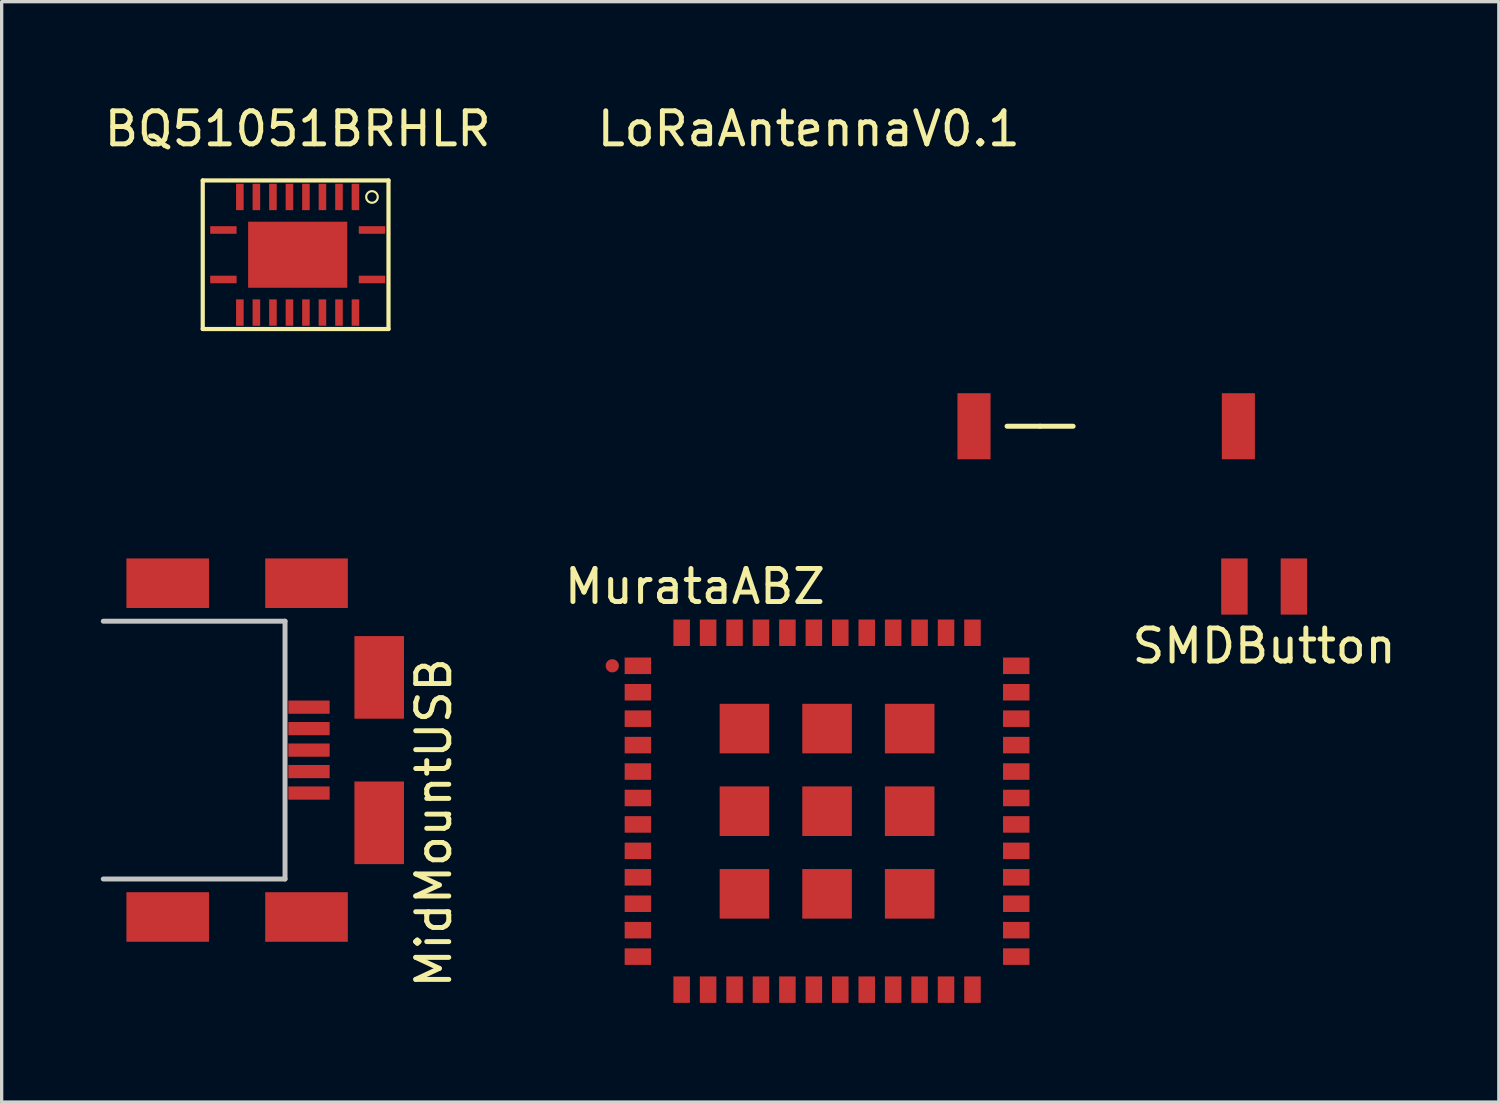
<source format=kicad_pcb>
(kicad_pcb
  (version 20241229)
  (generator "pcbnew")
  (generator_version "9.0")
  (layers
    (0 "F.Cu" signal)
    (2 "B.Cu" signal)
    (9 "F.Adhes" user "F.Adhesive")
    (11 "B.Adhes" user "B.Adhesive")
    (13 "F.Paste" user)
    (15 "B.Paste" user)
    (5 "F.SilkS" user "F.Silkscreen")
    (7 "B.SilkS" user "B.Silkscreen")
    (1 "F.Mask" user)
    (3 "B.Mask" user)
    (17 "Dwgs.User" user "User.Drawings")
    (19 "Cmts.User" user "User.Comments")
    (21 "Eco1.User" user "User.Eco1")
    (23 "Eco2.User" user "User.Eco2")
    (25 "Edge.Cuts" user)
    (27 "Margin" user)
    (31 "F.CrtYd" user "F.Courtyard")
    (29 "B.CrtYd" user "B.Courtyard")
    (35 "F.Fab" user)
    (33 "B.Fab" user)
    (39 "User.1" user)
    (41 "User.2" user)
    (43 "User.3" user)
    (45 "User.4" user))
  (footprint "MurataABZ"
    (layer "F.Cu")
    (at 21.977 21.497)
    (property "Reference" "MurataABZ" (at -4 -6.8 0) (layer "F.SilkS") (effects (font (size 1 1) (thickness 0.15))))
    (attr through_hole)
    (pad "" smd circle (at -6.5 -4.4 90) (size 0.4 0.4) (layers "F.Cu" "F.Mask" "F.Paste"))
    (pad "1" smd rect (at -5.725 -4.4) (size 0.8 0.5) (layers "F.Cu" "F.Mask" "F.Paste"))
    (pad "2" smd rect (at -5.725 -3.6) (size 0.8 0.5) (layers "F.Cu" "F.Mask" "F.Paste"))
    (pad "3" smd rect (at -5.725 -2.8) (size 0.8 0.5) (layers "F.Cu" "F.Mask" "F.Paste"))
    (pad "4" smd rect (at -5.725 -2) (size 0.8 0.5) (layers "F.Cu" "F.Mask" "F.Paste"))
    (pad "5" smd rect (at -5.725 -1.2) (size 0.8 0.5) (layers "F.Cu" "F.Mask" "F.Paste"))
    (pad "6" smd rect (at -5.725 -0.4) (size 0.8 0.5) (layers "F.Cu" "F.Mask" "F.Paste"))
    (pad "7" smd rect (at -5.725 0.4) (size 0.8 0.5) (layers "F.Cu" "F.Mask" "F.Paste"))
    (pad "8" smd rect (at -5.725 1.2) (size 0.8 0.5) (layers "F.Cu" "F.Mask" "F.Paste"))
    (pad "9" smd rect (at -5.725 2) (size 0.8 0.5) (layers "F.Cu" "F.Mask" "F.Paste"))
    (pad "10" smd rect (at -5.725 2.8) (size 0.8 0.5) (layers "F.Cu" "F.Mask" "F.Paste"))
    (pad "11" smd rect (at -5.725 3.6) (size 0.8 0.5) (layers "F.Cu" "F.Mask" "F.Paste"))
    (pad "12" smd rect (at -5.725 4.4) (size 0.8 0.5) (layers "F.Cu" "F.Mask" "F.Paste"))
    (pad "13" smd rect (at -4.4 5.4 90) (size 0.8 0.5) (layers "F.Cu" "F.Mask" "F.Paste"))
    (pad "14" smd rect (at -3.6 5.4 90) (size 0.8 0.5) (layers "F.Cu" "F.Mask" "F.Paste"))
    (pad "15" smd rect (at -2.8 5.4 90) (size 0.8 0.5) (layers "F.Cu" "F.Mask" "F.Paste"))
    (pad "16" smd rect (at -2 5.4 90) (size 0.8 0.5) (layers "F.Cu" "F.Mask" "F.Paste"))
    (pad "17" smd rect (at -1.2 5.4 90) (size 0.8 0.5) (layers "F.Cu" "F.Mask" "F.Paste"))
    (pad "18" smd rect (at -0.4 5.4 90) (size 0.8 0.5) (layers "F.Cu" "F.Mask" "F.Paste"))
    (pad "19" smd rect (at 0.4 5.4 90) (size 0.8 0.5) (layers "F.Cu" "F.Mask" "F.Paste"))
    (pad "20" smd rect (at 1.2 5.4 90) (size 0.8 0.5) (layers "F.Cu" "F.Mask" "F.Paste"))
    (pad "21" smd rect (at 2 5.4 90) (size 0.8 0.5) (layers "F.Cu" "F.Mask" "F.Paste"))
    (pad "22" smd rect (at 2.8 5.4 90) (size 0.8 0.5) (layers "F.Cu" "F.Mask" "F.Paste"))
    (pad "23" smd rect (at 3.6 5.4 90) (size 0.8 0.5) (layers "F.Cu" "F.Mask" "F.Paste"))
    (pad "24" smd rect (at 4.4 5.4 90) (size 0.8 0.5) (layers "F.Cu" "F.Mask" "F.Paste"))
    (pad "25" smd rect (at 5.725 4.4) (size 0.8 0.5) (layers "F.Cu" "F.Mask" "F.Paste"))
    (pad "26" smd rect (at 5.725 3.6) (size 0.8 0.5) (layers "F.Cu" "F.Mask" "F.Paste"))
    (pad "27" smd rect (at 5.725 2.8) (size 0.8 0.5) (layers "F.Cu" "F.Mask" "F.Paste"))
    (pad "28" smd rect (at 5.725 2) (size 0.8 0.5) (layers "F.Cu" "F.Mask" "F.Paste"))
    (pad "29" smd rect (at 5.725 1.2) (size 0.8 0.5) (layers "F.Cu" "F.Mask" "F.Paste"))
    (pad "30" smd rect (at 5.725 0.4) (size 0.8 0.5) (layers "F.Cu" "F.Mask" "F.Paste"))
    (pad "31" smd rect (at 5.725 -0.4) (size 0.8 0.5) (layers "F.Cu" "F.Mask" "F.Paste"))
    (pad "32" smd rect (at 5.725 -1.2) (size 0.8 0.5) (layers "F.Cu" "F.Mask" "F.Paste"))
    (pad "33" smd rect (at 5.725 -2) (size 0.8 0.5) (layers "F.Cu" "F.Mask" "F.Paste"))
    (pad "34" smd rect (at 5.725 -2.8) (size 0.8 0.5) (layers "F.Cu" "F.Mask" "F.Paste"))
    (pad "35" smd rect (at 5.725 -3.6) (size 0.8 0.5) (layers "F.Cu" "F.Mask" "F.Paste"))
    (pad "36" smd rect (at 5.725 -4.4) (size 0.8 0.5) (layers "F.Cu" "F.Mask" "F.Paste"))
    (pad "37" smd rect (at 4.4 -5.4 90) (size 0.8 0.5) (layers "F.Cu" "F.Mask" "F.Paste"))
    (pad "38" smd rect (at 3.6 -5.4 90) (size 0.8 0.5) (layers "F.Cu" "F.Mask" "F.Paste"))
    (pad "39" smd rect (at 2.8 -5.4 90) (size 0.8 0.5) (layers "F.Cu" "F.Mask" "F.Paste"))
    (pad "40" smd rect (at 2 -5.4 90) (size 0.8 0.5) (layers "F.Cu" "F.Mask" "F.Paste"))
    (pad "41" smd rect (at 1.2 -5.4 90) (size 0.8 0.5) (layers "F.Cu" "F.Mask" "F.Paste"))
    (pad "42" smd rect (at 0.4 -5.4 90) (size 0.8 0.5) (layers "F.Cu" "F.Mask" "F.Paste"))
    (pad "43" smd rect (at -0.4 -5.4 90) (size 0.8 0.5) (layers "F.Cu" "F.Mask" "F.Paste"))
    (pad "44" smd rect (at -1.2 -5.4 90) (size 0.8 0.5) (layers "F.Cu" "F.Mask" "F.Paste"))
    (pad "45" smd rect (at -2 -5.4 90) (size 0.8 0.5) (layers "F.Cu" "F.Mask" "F.Paste"))
    (pad "46" smd rect (at -2.8 -5.4 90) (size 0.8 0.5) (layers "F.Cu" "F.Mask" "F.Paste"))
    (pad "47" smd rect (at -3.6 -5.4 90) (size 0.8 0.5) (layers "F.Cu" "F.Mask" "F.Paste"))
    (pad "48" smd rect (at -4.4 -5.4 90) (size 0.8 0.5) (layers "F.Cu" "F.Mask" "F.Paste"))
    (pad "49" smd rect (at -2.5 -2.5 90) (size 1.5 1.5) (layers "F.Cu" "F.Mask" "F.Paste"))
    (pad "50" smd rect (at 0 -2.5 90) (size 1.5 1.5) (layers "F.Cu" "F.Mask" "F.Paste"))
    (pad "51" smd rect (at 2.5 -2.5 90) (size 1.5 1.5) (layers "F.Cu" "F.Mask" "F.Paste"))
    (pad "52" smd rect (at -2.5 0 90) (size 1.5 1.5) (layers "F.Cu" "F.Mask" "F.Paste"))
    (pad "53" smd rect (at 0 0 90) (size 1.5 1.5) (layers "F.Cu" "F.Mask" "F.Paste"))
    (pad "54" smd rect (at 2.5 0 90) (size 1.5 1.5) (layers "F.Cu" "F.Mask" "F.Paste"))
    (pad "55" smd rect (at -2.5 2.5 90) (size 1.5 1.5) (layers "F.Cu" "F.Mask" "F.Paste"))
    (pad "56" smd rect (at 0 2.5 90) (size 1.5 1.5) (layers "F.Cu" "F.Mask" "F.Paste"))
    (pad "57" smd rect (at 2.5 2.5 90) (size 1.5 1.5) (layers "F.Cu" "F.Mask" "F.Paste")))
  (footprint "SMDButton"
    (layer "F.Cu")
    (at 35.203 14.698)
    (property "Reference" "SMDButton" (at 0 1.8 0) (layer "F.SilkS") (effects (font (size 1 1) (thickness 0.15))))
    (attr through_hole)
    (pad "1" smd rect (at -0.9 0 90) (size 1.7 0.8) (layers "F.Cu" "F.Mask" "F.Paste"))
    (pad "2" smd rect (at 0.9 0 90) (size 1.7 0.8) (layers "F.Cu" "F.Mask" "F.Paste")))
  (footprint "LoRaAntennaV0.1"
    (layer "F.Cu")
    (at 26.423 9.848)
    (property "Reference" "LoRaAntennaV0.1" (at -5 -9 0) (layer "F.SilkS") (effects (font (size 1 1) (thickness 0.15))))
    (attr through_hole)
    (fp_line (start 1 0) (end 2 0) (stroke (width 0.15) (type solid)) (layer "F.SilkS"))
    (fp_line (start 2 0) (end 3 0) (stroke (width 0.15) (type solid)) (layer "F.SilkS"))
    (pad "1" smd rect (at 0 0) (size 1 2) (layers "F.Cu" "F.Mask" "F.Paste"))
    (pad "NC" smd rect (at 8 0) (size 1 2) (layers "F.Cu" "F.Mask" "F.Paste")))
  (footprint "MidMountUSB"
    (layer "F.Cu")
    (at 5.675 19.648)
    (property "Reference" "MidMountUSB" (at 4.4 2.2 90) (layer "F.SilkS") (effects (font (size 1 1) (thickness 0.15))))
    (attr through_hole)
    (fp_line (start -5.6 -3.9) (end -0.1 -3.9) (stroke (width 0.15) (type solid)) (layer "Dwgs.User"))
    (fp_line (start -0.1 -3.9) (end -0.1 3.9) (stroke (width 0.15) (type solid)) (layer "Dwgs.User"))
    (fp_line (start -0.1 3.9) (end -5.6 3.9) (stroke (width 0.15) (type solid)) (layer "Dwgs.User"))
    (pad "1" smd rect (at 0.625 -1.3) (size 1.25 0.4) (layers "F.Cu" "F.Mask" "F.Paste"))
    (pad "2" smd rect (at 0.625 -0.65) (size 1.25 0.4) (layers "F.Cu" "F.Mask" "F.Paste"))
    (pad "3" smd rect (at 0.625 0) (size 1.25 0.4) (layers "F.Cu" "F.Mask" "F.Paste"))
    (pad "4" smd rect (at 0.625 0.65) (size 1.25 0.4) (layers "F.Cu" "F.Mask" "F.Paste"))
    (pad "5" smd rect (at 0.625 1.3) (size 1.25 0.4) (layers "F.Cu" "F.Mask" "F.Paste"))
    (pad "GND" smd rect (at -3.65 -5.05) (size 2.5 1.5) (layers "F.Cu" "F.Mask" "F.Paste"))
    (pad "GND" smd rect (at -3.65 5.05) (size 2.5 1.5) (layers "F.Cu" "F.Mask" "F.Paste"))
    (pad "GND" smd rect (at 0.55 -5.05) (size 2.5 1.5) (layers "F.Cu" "F.Mask" "F.Paste"))
    (pad "GND" smd rect (at 0.55 5.05) (size 2.5 1.5) (layers "F.Cu" "F.Mask" "F.Paste"))
    (pad "GND" smd rect (at 2.75 -2.2) (size 1.5 2.5) (layers "F.Cu" "F.Mask" "F.Paste"))
    (pad "GND" smd rect (at 2.75 2.2) (size 1.5 2.5) (layers "F.Cu" "F.Mask" "F.Paste")))
  (footprint "BQ51051BRHLR"
    (layer "F.Cu")
    (at 5.958 4.658)
    (property "Reference" "BQ51051BRHLR" (at 0 -3.81 0) (layer "F.SilkS") (effects (font (size 1 1) (thickness 0.15))))
    (attr smd)
    (fp_line (start -2.873 -2.248) (end 2.748 -2.248) (stroke (width 0.127) (type solid)) (layer "F.SilkS"))
    (fp_line (start -2.873 2.248) (end -2.873 -2.248) (stroke (width 0.127) (type solid)) (layer "F.SilkS"))
    (fp_line (start 2.748 -2.248) (end 2.748 2.248) (stroke (width 0.127) (type solid)) (layer "F.SilkS"))
    (fp_line (start 2.748 2.248) (end -2.873 2.248) (stroke (width 0.127) (type solid)) (layer "F.SilkS"))
    (fp_circle (center 2.248 -1.748) (end 2.372 -1.872) (stroke (width 0.064) (type solid)) (fill no) (layer "F.SilkS"))
    (pad "1" smd rect (at 2.248 -0.749 90) (size 0.229 0.798) (layers "F.Cu" "F.Mask" "F.Paste"))
    (pad "2" smd rect (at 1.748 -1.748) (size 0.229 0.798) (layers "F.Cu" "F.Mask" "F.Paste"))
    (pad "3" smd rect (at 1.25 -1.748) (size 0.229 0.798) (layers "F.Cu" "F.Mask" "F.Paste"))
    (pad "4" smd rect (at 0.749 -1.748) (size 0.229 0.798) (layers "F.Cu" "F.Mask" "F.Paste"))
    (pad "5" smd rect (at 0.249 -1.748) (size 0.229 0.798) (layers "F.Cu" "F.Mask" "F.Paste"))
    (pad "6" smd rect (at -0.249 -1.748) (size 0.229 0.798) (layers "F.Cu" "F.Mask" "F.Paste"))
    (pad "7" smd rect (at -0.749 -1.748) (size 0.229 0.798) (layers "F.Cu" "F.Mask" "F.Paste"))
    (pad "8" smd rect (at -1.25 -1.748) (size 0.229 0.798) (layers "F.Cu" "F.Mask" "F.Paste"))
    (pad "9" smd rect (at -1.75 -1.748) (size 0.229 0.798) (layers "F.Cu" "F.Mask" "F.Paste"))
    (pad "10" smd rect (at -2.248 -0.749 90) (size 0.229 0.798) (layers "F.Cu" "F.Mask" "F.Paste"))
    (pad "11" smd rect (at -2.248 0.749 90) (size 0.229 0.798) (layers "F.Cu" "F.Mask" "F.Paste"))
    (pad "12" smd rect (at -1.75 1.75) (size 0.229 0.798) (layers "F.Cu" "F.Mask" "F.Paste"))
    (pad "13" smd rect (at -1.25 1.75) (size 0.229 0.798) (layers "F.Cu" "F.Mask" "F.Paste"))
    (pad "14" smd rect (at -0.749 1.75) (size 0.229 0.798) (layers "F.Cu" "F.Mask" "F.Paste"))
    (pad "15" smd rect (at -0.249 1.75) (size 0.229 0.798) (layers "F.Cu" "F.Mask" "F.Paste"))
    (pad "16" smd rect (at 0.249 1.75) (size 0.229 0.798) (layers "F.Cu" "F.Mask" "F.Paste"))
    (pad "17" smd rect (at 0.749 1.75) (size 0.229 0.798) (layers "F.Cu" "F.Mask" "F.Paste"))
    (pad "18" smd rect (at 1.25 1.75) (size 0.229 0.798) (layers "F.Cu" "F.Mask" "F.Paste"))
    (pad "19" smd rect (at 1.748 1.75) (size 0.229 0.798) (layers "F.Cu" "F.Mask" "F.Paste"))
    (pad "20" smd rect (at 2.248 0.749 90) (size 0.229 0.798) (layers "F.Cu" "F.Mask" "F.Paste"))
    (pad "PAD" smd rect (at 0 0) (size 3 1.999) (layers "F.Cu" "F.Mask" "F.Paste")))
  (gr_rect
    (start -3 -3)
    (end 42.304 30.297)
    (stroke (width 0.1) (type default))
    (fill no)
    (layer "Edge.Cuts")))
</source>
